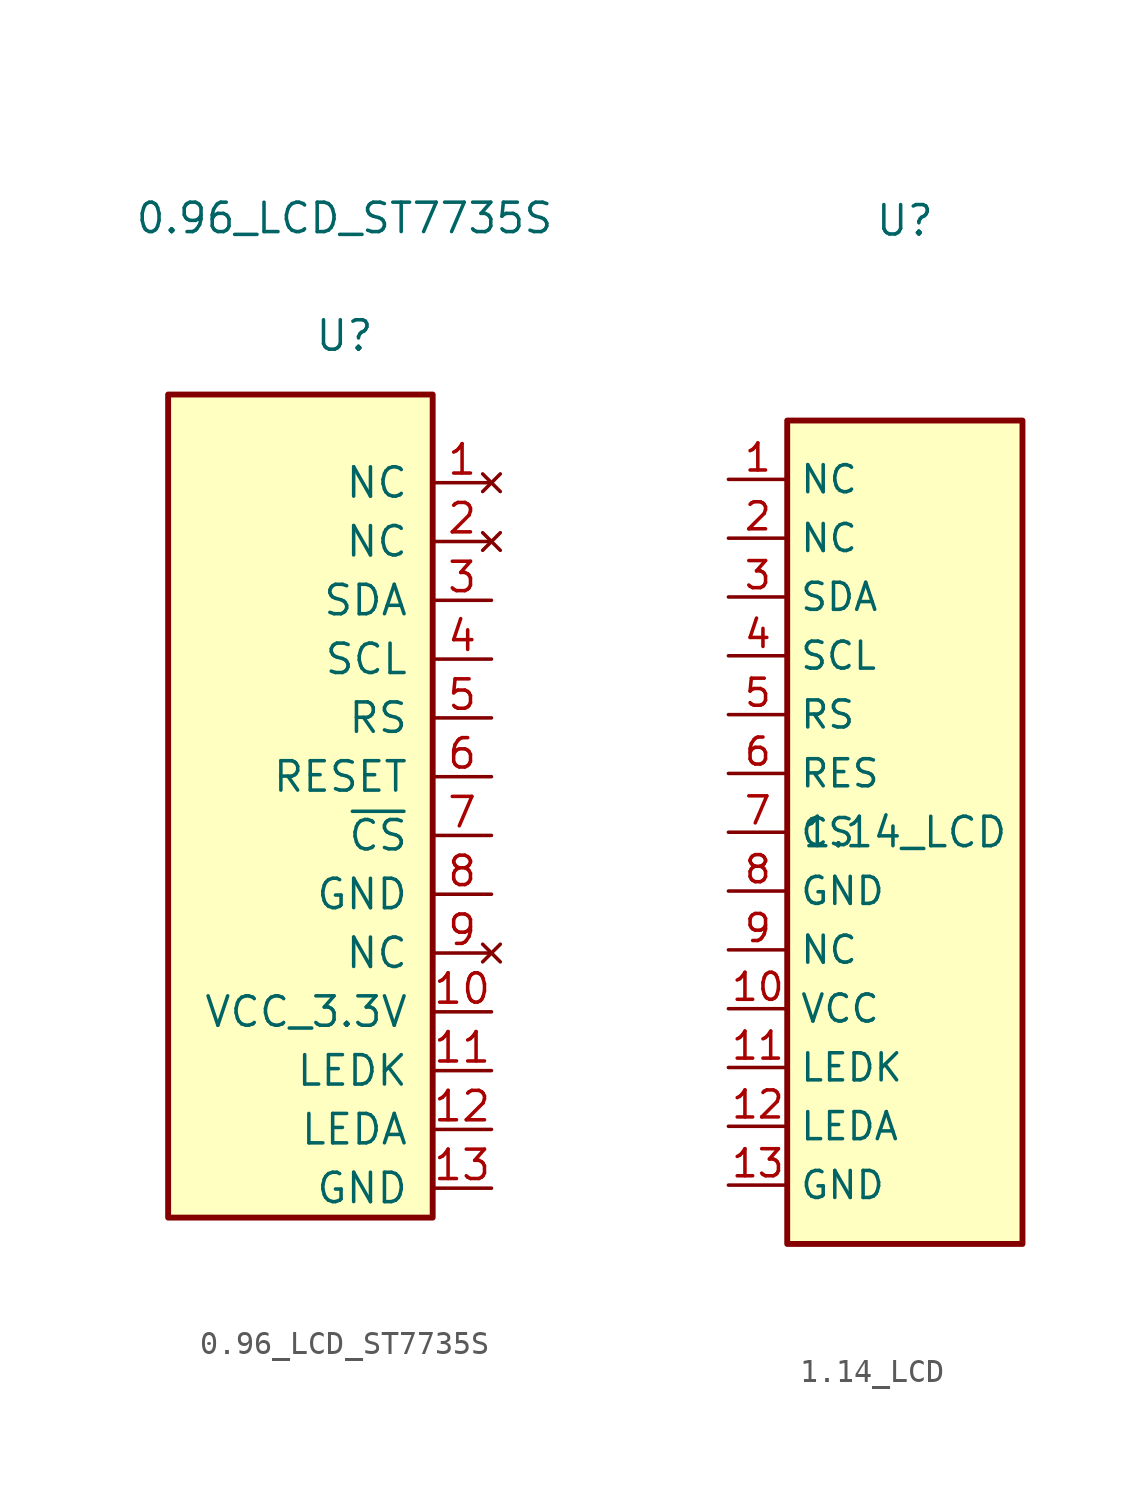
<source format=kicad_sym>
(kicad_symbol_lib
  (version 20231120)
  (generator "kicad_symbol_editor")
  (generator_version "8.0")
  (symbol "0.96_LCD_ST7735S"
    (pin_names
      (offset 1.016))
    (property "Reference" "U"
      (at 0 20.32 0)
      (effects (font (size 1.27 1.27))))
    (property "Value" "0.96_LCD_ST7735S"
      (at 0 25.4 0)
      (effects (font (size 1.27 1.27))))
    (symbol "0.96_LCD_ST7735S_1_1"
      (rectangle (start -7.62 17.78) (end 3.81 -17.78) (stroke (width 0.254) (type solid)) (fill (type background)))
      (pin no_connect line (at 6.35 13.97 180) (length 2.54) (name "NC" (effects (font (size 1.27 1.27)))) (number "1" (effects (font (size 1.27 1.27)))))
      (pin input line (at 6.35 -8.89 180) (length 2.54) (name "VCC_3.3V" (effects (font (size 1.27 1.27)))) (number "10" (effects (font (size 1.27 1.27)))))
      (pin input line (at 6.35 -11.43 180) (length 2.54) (name "LEDK" (effects (font (size 1.27 1.27)))) (number "11" (effects (font (size 1.27 1.27)))))
      (pin input line (at 6.35 -13.97 180) (length 2.54) (name "LEDA" (effects (font (size 1.27 1.27)))) (number "12" (effects (font (size 1.27 1.27)))))
      (pin input line (at 6.35 -16.51 180) (length 2.54) (name "GND" (effects (font (size 1.27 1.27)))) (number "13" (effects (font (size 1.27 1.27)))))
      (pin no_connect line (at 6.35 11.43 180) (length 2.54) (name "NC" (effects (font (size 1.27 1.27)))) (number "2" (effects (font (size 1.27 1.27)))))
      (pin input line (at 6.35 8.89 180) (length 2.54) (name "SDA" (effects (font (size 1.27 1.27)))) (number "3" (effects (font (size 1.27 1.27)))))
      (pin input line (at 6.35 6.35 180) (length 2.54) (name "SCL" (effects (font (size 1.27 1.27)))) (number "4" (effects (font (size 1.27 1.27)))))
      (pin input line (at 6.35 3.81 180) (length 2.54) (name "RS" (effects (font (size 1.27 1.27)))) (number "5" (effects (font (size 1.27 1.27)))))
      (pin input line (at 6.35 1.27 180) (length 2.54) (name "RESET" (effects (font (size 1.27 1.27)))) (number "6" (effects (font (size 1.27 1.27)))))
      (pin input line (at 6.35 -1.27 180) (length 2.54) (name "~{CS}" (effects (font (size 1.27 1.27)))) (number "7" (effects (font (size 1.27 1.27)))))
      (pin input line (at 6.35 -3.81 180) (length 2.54) (name "GND" (effects (font (size 1.27 1.27)))) (number "8" (effects (font (size 1.27 1.27)))))
      (pin no_connect line (at 6.35 -6.35 180) (length 2.54) (name "NC" (effects (font (size 1.27 1.27)))) (number "9" (effects (font (size 1.27 1.27)))))))
  (symbol "1.14_LCD"
    (property "Reference" "U"
      (at 0 26.416 0)
      (effects (font (size 1.27 1.27))))
    (property "Value" "1.14_LCD"
      (at 0 0 0)
      (effects (font (size 1.27 1.27))))
    (symbol "1.14_LCD_1_1"
      (rectangle (start -5.08 17.78) (end 5.08 -17.78) (stroke (width 0.254) (type default)) (fill (type background)))
      (pin bidirectional line (at -7.62 15.24 0) (length 2.54) (name "NC" (effects (font (size 1.168 1.168)))) (number "1" (effects (font (size 1.168 1.168)))))
      (pin power_in line (at -7.62 -7.62 0) (length 2.54) (name "VCC" (effects (font (size 1.168 1.168)))) (number "10" (effects (font (size 1.168 1.168)))))
      (pin bidirectional line (at -7.62 -10.16 0) (length 2.54) (name "LEDK" (effects (font (size 1.168 1.168)))) (number "11" (effects (font (size 1.168 1.168)))))
      (pin bidirectional line (at -7.62 -12.7 0) (length 2.54) (name "LEDA" (effects (font (size 1.168 1.168)))) (number "12" (effects (font (size 1.168 1.168)))))
      (pin power_in line (at -7.62 -15.24 0) (length 2.54) (name "GND" (effects (font (size 1.168 1.168)))) (number "13" (effects (font (size 1.168 1.168)))))
      (pin bidirectional line (at -7.62 12.7 0) (length 2.54) (name "NC" (effects (font (size 1.168 1.168)))) (number "2" (effects (font (size 1.168 1.168)))))
      (pin bidirectional line (at -7.62 10.16 0) (length 2.54) (name "SDA" (effects (font (size 1.168 1.168)))) (number "3" (effects (font (size 1.168 1.168)))))
      (pin bidirectional line (at -7.62 7.62 0) (length 2.54) (name "SCL" (effects (font (size 1.168 1.168)))) (number "4" (effects (font (size 1.168 1.168)))))
      (pin bidirectional line (at -7.62 5.08 0) (length 2.54) (name "RS" (effects (font (size 1.168 1.168)))) (number "5" (effects (font (size 1.168 1.168)))))
      (pin bidirectional line (at -7.62 2.54 0) (length 2.54) (name "RES" (effects (font (size 1.168 1.168)))) (number "6" (effects (font (size 1.168 1.168)))))
      (pin bidirectional line (at -7.62 0 0) (length 2.54) (name "CS" (effects (font (size 1.168 1.168)))) (number "7" (effects (font (size 1.168 1.168)))))
      (pin power_in line (at -7.62 -2.54 0) (length 2.54) (name "GND" (effects (font (size 1.168 1.168)))) (number "8" (effects (font (size 1.168 1.168)))))
      (pin bidirectional line (at -7.62 -5.08 0) (length 2.54) (name "NC" (effects (font (size 1.168 1.168)))) (number "9" (effects (font (size 1.168 1.168))))))))
</source>
